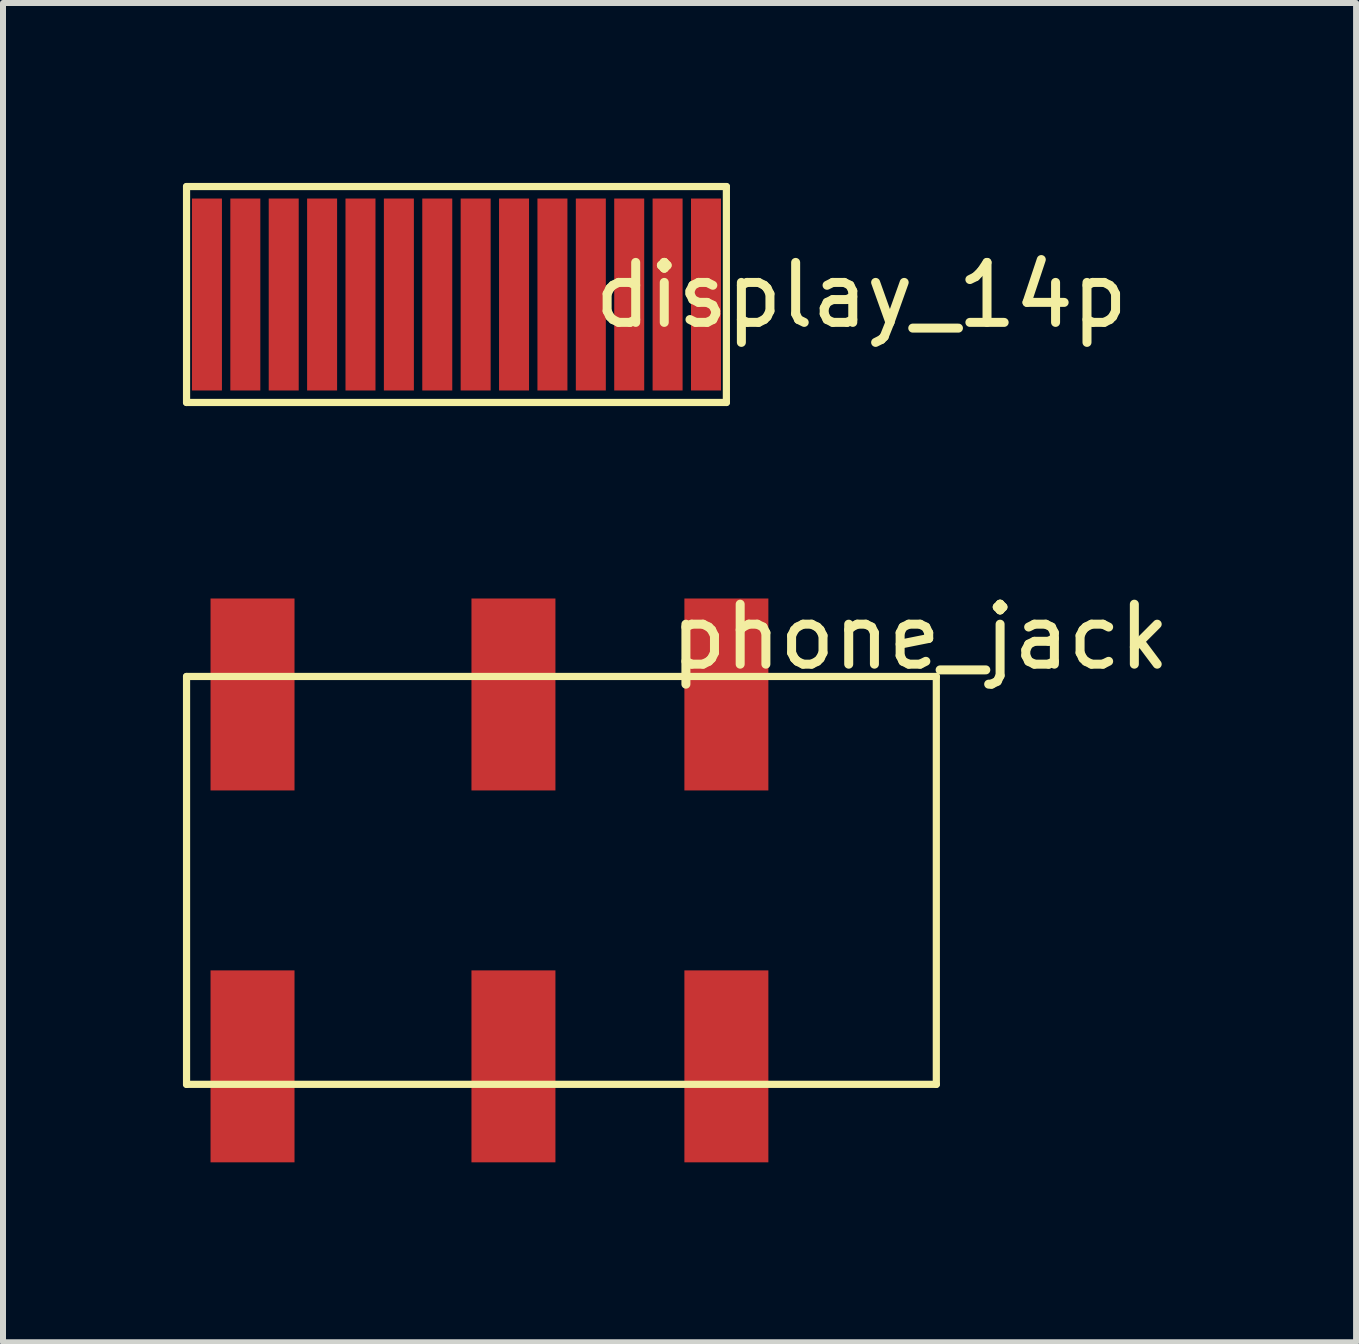
<source format=kicad_pcb>
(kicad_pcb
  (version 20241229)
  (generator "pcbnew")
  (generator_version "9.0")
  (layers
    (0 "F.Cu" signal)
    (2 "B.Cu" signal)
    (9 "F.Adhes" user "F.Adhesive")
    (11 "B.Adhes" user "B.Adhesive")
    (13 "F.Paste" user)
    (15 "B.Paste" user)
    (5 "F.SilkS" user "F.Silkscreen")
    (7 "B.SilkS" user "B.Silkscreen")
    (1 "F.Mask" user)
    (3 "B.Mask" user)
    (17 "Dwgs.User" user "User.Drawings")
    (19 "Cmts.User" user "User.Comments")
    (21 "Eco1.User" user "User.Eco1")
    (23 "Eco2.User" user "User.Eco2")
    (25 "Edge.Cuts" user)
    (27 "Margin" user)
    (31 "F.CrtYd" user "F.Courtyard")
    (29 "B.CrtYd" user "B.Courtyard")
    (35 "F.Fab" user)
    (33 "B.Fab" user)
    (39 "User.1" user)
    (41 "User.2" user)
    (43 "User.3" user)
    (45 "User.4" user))
  (footprint "display_14p"
    (layer "F.Cu")
    (at 4.56 1.86)
    (property "Reference" "display_14p" (at 6.75 0.01 0) (layer "F.SilkS") (effects (font (size 1 1) (thickness 0.15))))
    (attr through_hole)
    (fp_line (start -4.5 -1.8) (end -4.5 1.8) (stroke (width 0.12) (type solid)) (layer "F.SilkS"))
    (fp_line (start -4.5 1.8) (end 4.5 1.8) (stroke (width 0.12) (type solid)) (layer "F.SilkS"))
    (fp_line (start 4.5 -1.8) (end -4.5 -1.8) (stroke (width 0.12) (type solid)) (layer "F.SilkS"))
    (fp_line (start 4.5 1.8) (end 4.5 -1.8) (stroke (width 0.12) (type solid)) (layer "F.SilkS"))
    (pad "1" smd rect (at 4.16 0) (size 0.5 3.2) (layers "F.Cu" "F.Mask" "F.Paste"))
    (pad "2" smd rect (at 3.52 0) (size 0.5 3.2) (layers "F.Cu" "F.Mask" "F.Paste"))
    (pad "3" smd rect (at 2.88 0) (size 0.5 3.2) (layers "F.Cu" "F.Mask" "F.Paste"))
    (pad "4" smd rect (at 2.24 0) (size 0.5 3.2) (layers "F.Cu" "F.Mask" "F.Paste"))
    (pad "5" smd rect (at 1.6 0) (size 0.5 3.2) (layers "F.Cu" "F.Mask" "F.Paste"))
    (pad "6" smd rect (at 0.96 0) (size 0.5 3.2) (layers "F.Cu" "F.Mask" "F.Paste"))
    (pad "7" smd rect (at 0.32 0) (size 0.5 3.2) (layers "F.Cu" "F.Mask" "F.Paste"))
    (pad "8" smd rect (at -0.32 0) (size 0.5 3.2) (layers "F.Cu" "F.Mask" "F.Paste"))
    (pad "9" smd rect (at -0.96 0) (size 0.5 3.2) (layers "F.Cu" "F.Mask" "F.Paste"))
    (pad "10" smd rect (at -1.6 0) (size 0.5 3.2) (layers "F.Cu" "F.Mask" "F.Paste"))
    (pad "11" smd rect (at -2.24 0) (size 0.5 3.2) (layers "F.Cu" "F.Mask" "F.Paste"))
    (pad "12" smd rect (at -2.88 0) (size 0.5 3.2) (layers "F.Cu" "F.Mask" "F.Paste"))
    (pad "13" smd rect (at -3.52 0) (size 0.5 3.2) (layers "F.Cu" "F.Mask" "F.Paste"))
    (pad "14" smd rect (at -4.16 0) (size 0.5 3.2) (layers "F.Cu" "F.Mask" "F.Paste")))
  (footprint "phone_jack"
    (layer "F.Cu")
    (at 5.51 11.628)
    (property "Reference" "phone_jack" (at 6.78 -4.06 0) (layer "F.SilkS") (effects (font (size 1 1) (thickness 0.15))))
    (attr through_hole)
    (fp_line (start -5.45 -3.4) (end -5.45 3.4) (stroke (width 0.12) (type solid)) (layer "F.SilkS"))
    (fp_line (start -5.45 3.4) (end 7.05 3.4) (stroke (width 0.12) (type solid)) (layer "F.SilkS"))
    (fp_line (start 7.05 -3.4) (end -5.45 -3.4) (stroke (width 0.12) (type solid)) (layer "F.SilkS"))
    (fp_line (start 7.05 3.4) (end 7.05 -3.4) (stroke (width 0.12) (type solid)) (layer "F.SilkS"))
    (pad "R" smd rect (at 0 3.1) (size 1.4 3.2) (layers "F.Cu" "F.Mask" "F.Paste"))
    (pad "S" smd rect (at 0 -3.1) (size 1.4 3.2) (layers "F.Cu" "F.Mask" "F.Paste"))
    (pad "S" smd rect (at 3.55 -3.1) (size 1.4 3.2) (layers "F.Cu" "F.Mask" "F.Paste"))
    (pad "S" smd rect (at 3.55 3.1) (size 1.4 3.2) (layers "F.Cu" "F.Mask" "F.Paste"))
    (pad "T" smd rect (at -4.35 -3.1) (size 1.4 3.2) (layers "F.Cu" "F.Mask" "F.Paste"))
    (pad "T" smd rect (at -4.35 3.1) (size 1.4 3.2) (layers "F.Cu" "F.Mask" "F.Paste")))
  (gr_rect
    (start -3 -3)
    (end 19.558 19.328)
    (stroke (width 0.1) (type default))
    (fill no)
    (layer "Edge.Cuts")))
</source>
